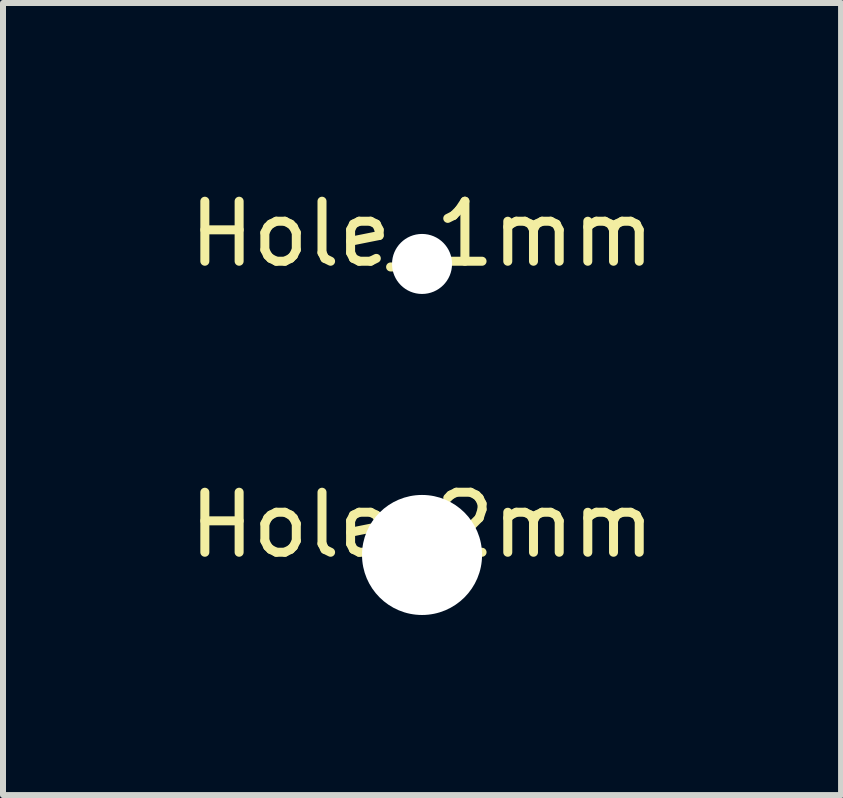
<source format=kicad_pcb>
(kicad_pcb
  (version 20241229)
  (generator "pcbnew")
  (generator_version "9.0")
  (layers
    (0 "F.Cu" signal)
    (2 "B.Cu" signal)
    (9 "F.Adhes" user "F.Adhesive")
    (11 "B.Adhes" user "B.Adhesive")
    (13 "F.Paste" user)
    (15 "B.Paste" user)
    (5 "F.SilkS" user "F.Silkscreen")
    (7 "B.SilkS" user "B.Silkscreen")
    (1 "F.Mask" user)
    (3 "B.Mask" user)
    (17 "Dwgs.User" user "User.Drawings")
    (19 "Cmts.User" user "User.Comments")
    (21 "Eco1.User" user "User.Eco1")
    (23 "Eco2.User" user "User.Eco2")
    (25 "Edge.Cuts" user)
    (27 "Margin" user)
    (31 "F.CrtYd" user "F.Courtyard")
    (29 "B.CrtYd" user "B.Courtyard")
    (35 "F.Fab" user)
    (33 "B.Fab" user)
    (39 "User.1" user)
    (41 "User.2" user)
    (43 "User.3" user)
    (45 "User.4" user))
  (footprint "Hole_2mm"
    (layer "F.Cu")
    (at 3.982 6.197)
    (property "Reference" "Hole_2mm" (at 0 -0.5 0) (unlocked yes) (layer "F.SilkS") (effects (font (size 1 1) (thickness 0.15))))
    (attr through_hole board_only exclude_from_pos_files exclude_from_bom)
    (pad "" np_thru_hole circle (at 0 0) (size 2 2) (drill 2) (layers "*.Cu" "*.Mask")))
  (footprint "Hole_1mm"
    (layer "F.Cu")
    (at 3.982 1.348)
    (property "Reference" "Hole_1mm" (at 0 -0.5 0) (unlocked yes) (layer "F.SilkS") (effects (font (size 1 1) (thickness 0.15))))
    (attr through_hole board_only exclude_from_pos_files exclude_from_bom)
    (pad "" np_thru_hole circle (at 0 0) (size 1 1) (drill 1) (layers "*.Cu" "*.Mask")))
  (gr_rect
    (start -3 -3)
    (end 10.964 10.197)
    (stroke (width 0.1) (type default))
    (fill no)
    (layer "Edge.Cuts")))
</source>
